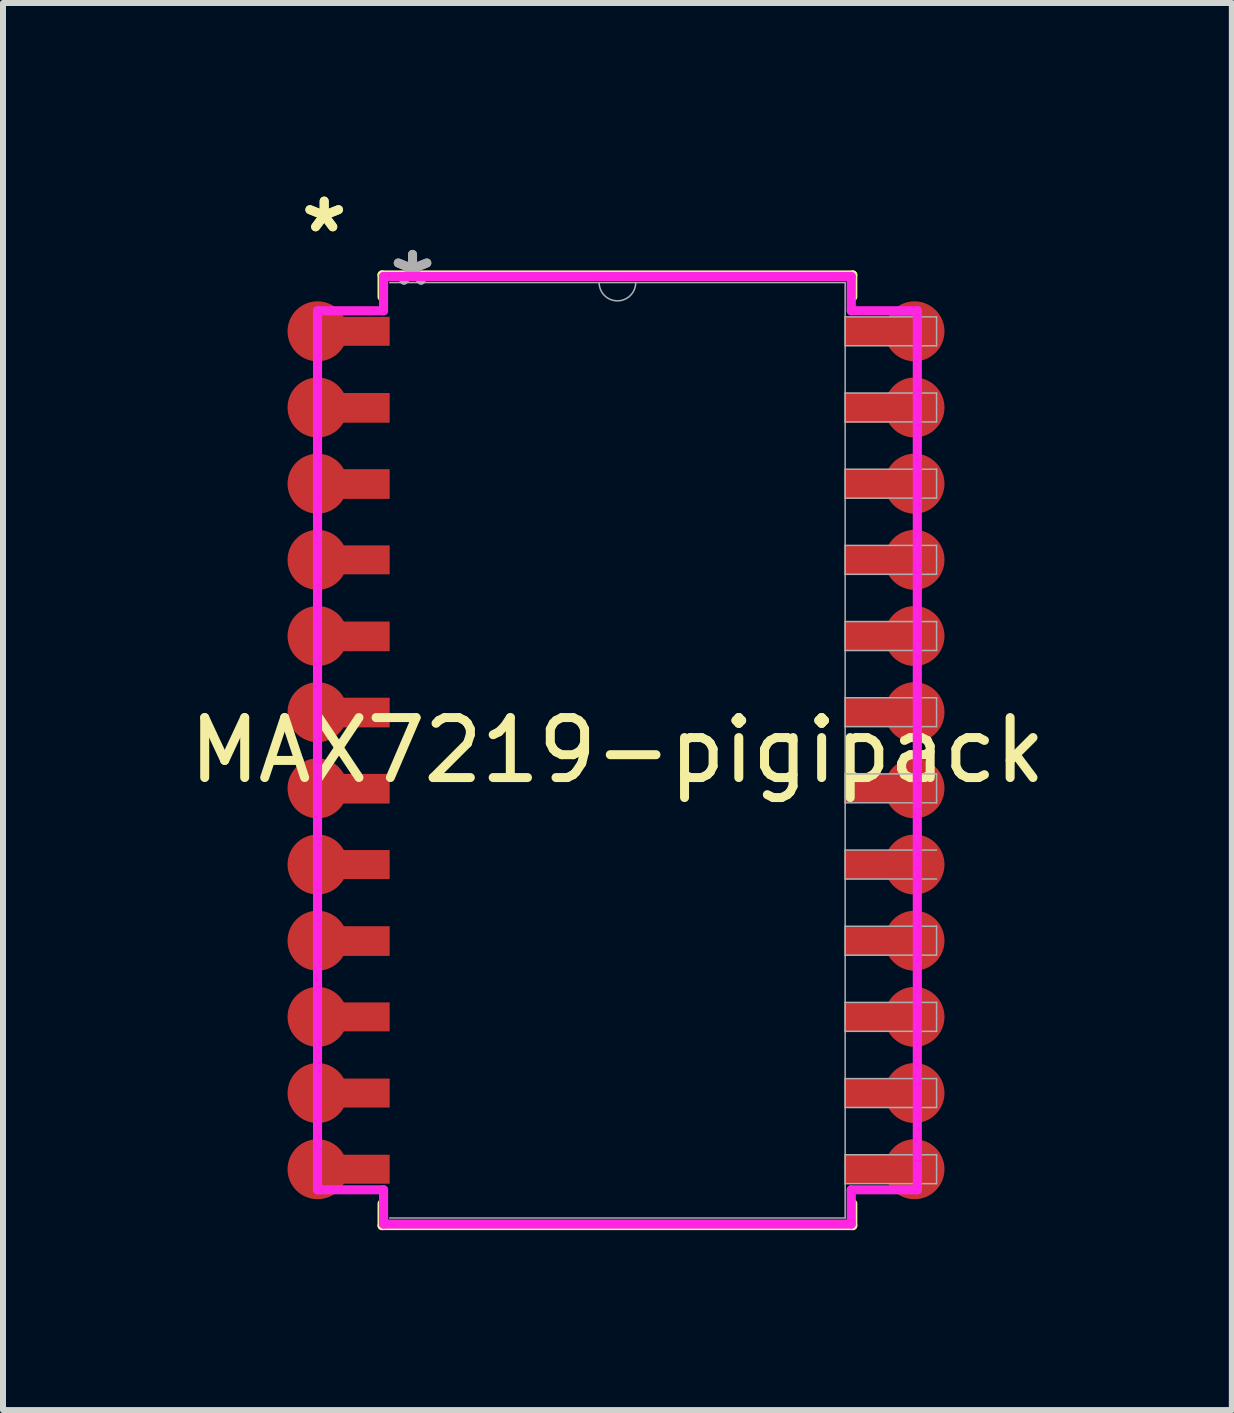
<source format=kicad_pcb>
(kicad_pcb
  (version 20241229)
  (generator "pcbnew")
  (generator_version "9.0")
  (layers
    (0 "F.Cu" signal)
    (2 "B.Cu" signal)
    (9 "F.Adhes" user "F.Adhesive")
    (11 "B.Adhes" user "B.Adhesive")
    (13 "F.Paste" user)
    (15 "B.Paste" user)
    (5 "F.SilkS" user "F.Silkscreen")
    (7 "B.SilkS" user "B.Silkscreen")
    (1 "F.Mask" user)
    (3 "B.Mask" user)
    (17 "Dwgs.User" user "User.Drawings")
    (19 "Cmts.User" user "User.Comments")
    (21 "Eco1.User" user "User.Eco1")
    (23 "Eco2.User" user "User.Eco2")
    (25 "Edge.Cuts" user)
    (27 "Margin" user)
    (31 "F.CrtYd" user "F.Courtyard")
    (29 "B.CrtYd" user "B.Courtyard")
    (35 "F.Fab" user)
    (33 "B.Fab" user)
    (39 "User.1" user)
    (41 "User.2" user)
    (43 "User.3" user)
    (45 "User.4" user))
  (footprint "MAX7219-pigipack"
    (layer "F.Cu")
    (at 7.244 9.459)
    (property "Reference" "MAX7219-pigipack" (at 0 0 0) (unlocked yes) (layer "F.SilkS") (effects (font (size 1 1) (thickness 0.15))))
    (attr smd)
    (fp_line (start -3.924 -7.925) (end -3.924 -7.559) (stroke (width 0.152) (type solid)) (layer "F.SilkS"))
    (fp_line (start -3.924 7.559) (end -3.924 7.925) (stroke (width 0.152) (type solid)) (layer "F.SilkS"))
    (fp_line (start -3.924 7.925) (end 3.924 7.925) (stroke (width 0.152) (type solid)) (layer "F.SilkS"))
    (fp_line (start 3.924 -7.925) (end -3.924 -7.925) (stroke (width 0.152) (type solid)) (layer "F.SilkS"))
    (fp_line (start 3.924 -7.559) (end 3.924 -7.925) (stroke (width 0.152) (type solid)) (layer "F.SilkS"))
    (fp_line (start 3.924 7.925) (end 3.924 7.559) (stroke (width 0.152) (type solid)) (layer "F.SilkS"))
    (fp_line (start -5 -7.328) (end -3.899 -7.328) (stroke (width 0.152) (type solid)) (layer "F.CrtYd"))
    (fp_line (start -5 7.328) (end -5 -7.328) (stroke (width 0.152) (type solid)) (layer "F.CrtYd"))
    (fp_line (start -5 7.328) (end -3.899 7.328) (stroke (width 0.152) (type solid)) (layer "F.CrtYd"))
    (fp_line (start -3.899 -7.899) (end 3.899 -7.899) (stroke (width 0.152) (type solid)) (layer "F.CrtYd"))
    (fp_line (start -3.899 -7.328) (end -3.899 -7.899) (stroke (width 0.152) (type solid)) (layer "F.CrtYd"))
    (fp_line (start -3.899 7.899) (end -3.899 7.328) (stroke (width 0.152) (type solid)) (layer "F.CrtYd"))
    (fp_line (start 3.899 -7.899) (end 3.899 -7.328) (stroke (width 0.152) (type solid)) (layer "F.CrtYd"))
    (fp_line (start 3.899 7.328) (end 3.899 7.899) (stroke (width 0.152) (type solid)) (layer "F.CrtYd"))
    (fp_line (start 3.899 7.899) (end -3.899 7.899) (stroke (width 0.152) (type solid)) (layer "F.CrtYd"))
    (fp_line (start 5 -7.328) (end 3.899 -7.328) (stroke (width 0.152) (type solid)) (layer "F.CrtYd"))
    (fp_line (start 5 -7.328) (end 5 7.328) (stroke (width 0.152) (type solid)) (layer "F.CrtYd"))
    (fp_line (start 5 7.328) (end 3.899 7.328) (stroke (width 0.152) (type solid)) (layer "F.CrtYd"))
    (fp_line (start -3.797 7.798) (end 3.797 7.798) (stroke (width 0.025) (type solid)) (layer "F.Fab"))
    (fp_line (start 3.797 -7.798) (end -3.797 -7.798) (stroke (width 0.025) (type solid)) (layer "F.Fab"))
    (fp_line (start 3.797 -7.226) (end 3.797 -6.744) (stroke (width 0.025) (type solid)) (layer "F.Fab"))
    (fp_line (start 3.797 -6.744) (end 5.321 -6.744) (stroke (width 0.025) (type solid)) (layer "F.Fab"))
    (fp_line (start 3.797 -5.956) (end 3.797 -5.474) (stroke (width 0.025) (type solid)) (layer "F.Fab"))
    (fp_line (start 3.797 -5.474) (end 5.321 -5.474) (stroke (width 0.025) (type solid)) (layer "F.Fab"))
    (fp_line (start 3.797 -4.686) (end 3.797 -4.204) (stroke (width 0.025) (type solid)) (layer "F.Fab"))
    (fp_line (start 3.797 -4.204) (end 5.321 -4.204) (stroke (width 0.025) (type solid)) (layer "F.Fab"))
    (fp_line (start 3.797 -3.416) (end 3.797 -2.934) (stroke (width 0.025) (type solid)) (layer "F.Fab"))
    (fp_line (start 3.797 -2.934) (end 5.321 -2.934) (stroke (width 0.025) (type solid)) (layer "F.Fab"))
    (fp_line (start 3.797 -2.146) (end 3.797 -1.664) (stroke (width 0.025) (type solid)) (layer "F.Fab"))
    (fp_line (start 3.797 -1.664) (end 5.321 -1.664) (stroke (width 0.025) (type solid)) (layer "F.Fab"))
    (fp_line (start 3.797 -0.876) (end 3.797 -0.394) (stroke (width 0.025) (type solid)) (layer "F.Fab"))
    (fp_line (start 3.797 -0.394) (end 5.321 -0.394) (stroke (width 0.025) (type solid)) (layer "F.Fab"))
    (fp_line (start 3.797 0.394) (end 3.797 0.876) (stroke (width 0.025) (type solid)) (layer "F.Fab"))
    (fp_line (start 3.797 0.876) (end 5.321 0.876) (stroke (width 0.025) (type solid)) (layer "F.Fab"))
    (fp_line (start 3.797 1.664) (end 3.797 2.146) (stroke (width 0.025) (type solid)) (layer "F.Fab"))
    (fp_line (start 3.797 2.146) (end 5.321 2.146) (stroke (width 0.025) (type solid)) (layer "F.Fab"))
    (fp_line (start 3.797 2.934) (end 3.797 3.416) (stroke (width 0.025) (type solid)) (layer "F.Fab"))
    (fp_line (start 3.797 3.416) (end 5.321 3.416) (stroke (width 0.025) (type solid)) (layer "F.Fab"))
    (fp_line (start 3.797 4.204) (end 3.797 4.686) (stroke (width 0.025) (type solid)) (layer "F.Fab"))
    (fp_line (start 3.797 4.686) (end 5.321 4.686) (stroke (width 0.025) (type solid)) (layer "F.Fab"))
    (fp_line (start 3.797 5.474) (end 3.797 5.956) (stroke (width 0.025) (type solid)) (layer "F.Fab"))
    (fp_line (start 3.797 5.956) (end 5.321 5.956) (stroke (width 0.025) (type solid)) (layer "F.Fab"))
    (fp_line (start 3.797 6.744) (end 3.797 7.226) (stroke (width 0.025) (type solid)) (layer "F.Fab"))
    (fp_line (start 3.797 7.226) (end 5.321 7.226) (stroke (width 0.025) (type solid)) (layer "F.Fab"))
    (fp_line (start 3.797 7.798) (end 3.797 -7.798) (stroke (width 0.025) (type solid)) (layer "F.Fab"))
    (fp_line (start 5.321 -7.226) (end 3.797 -7.226) (stroke (width 0.025) (type solid)) (layer "F.Fab"))
    (fp_line (start 5.321 -6.744) (end 5.321 -7.226) (stroke (width 0.025) (type solid)) (layer "F.Fab"))
    (fp_line (start 5.321 -5.956) (end 3.797 -5.956) (stroke (width 0.025) (type solid)) (layer "F.Fab"))
    (fp_line (start 5.321 -5.474) (end 5.321 -5.956) (stroke (width 0.025) (type solid)) (layer "F.Fab"))
    (fp_line (start 5.321 -4.686) (end 3.797 -4.686) (stroke (width 0.025) (type solid)) (layer "F.Fab"))
    (fp_line (start 5.321 -4.204) (end 5.321 -4.686) (stroke (width 0.025) (type solid)) (layer "F.Fab"))
    (fp_line (start 5.321 -3.416) (end 3.797 -3.416) (stroke (width 0.025) (type solid)) (layer "F.Fab"))
    (fp_line (start 5.321 -2.934) (end 5.321 -3.416) (stroke (width 0.025) (type solid)) (layer "F.Fab"))
    (fp_line (start 5.321 -2.146) (end 3.797 -2.146) (stroke (width 0.025) (type solid)) (layer "F.Fab"))
    (fp_line (start 5.321 -1.664) (end 5.321 -2.146) (stroke (width 0.025) (type solid)) (layer "F.Fab"))
    (fp_line (start 5.321 -0.876) (end 3.797 -0.876) (stroke (width 0.025) (type solid)) (layer "F.Fab"))
    (fp_line (start 5.321 -0.394) (end 5.321 -0.876) (stroke (width 0.025) (type solid)) (layer "F.Fab"))
    (fp_line (start 5.321 0.394) (end 3.797 0.394) (stroke (width 0.025) (type solid)) (layer "F.Fab"))
    (fp_line (start 5.321 0.876) (end 5.321 0.394) (stroke (width 0.025) (type solid)) (layer "F.Fab"))
    (fp_line (start 5.321 1.664) (end 3.797 1.664) (stroke (width 0.025) (type solid)) (layer "F.Fab"))
    (fp_line (start 5.321 2.934) (end 3.797 2.934) (stroke (width 0.025) (type solid)) (layer "F.Fab"))
    (fp_line (start 5.321 3.416) (end 5.321 2.934) (stroke (width 0.025) (type solid)) (layer "F.Fab"))
    (fp_line (start 5.321 4.204) (end 3.797 4.204) (stroke (width 0.025) (type solid)) (layer "F.Fab"))
    (fp_line (start 5.321 4.686) (end 5.321 4.204) (stroke (width 0.025) (type solid)) (layer "F.Fab"))
    (fp_line (start 5.321 5.474) (end 3.797 5.474) (stroke (width 0.025) (type solid)) (layer "F.Fab"))
    (fp_line (start 5.321 5.956) (end 5.321 5.474) (stroke (width 0.025) (type solid)) (layer "F.Fab"))
    (fp_line (start 5.321 6.744) (end 3.797 6.744) (stroke (width 0.025) (type solid)) (layer "F.Fab"))
    (fp_line (start 5.321 7.226) (end 5.321 6.744) (stroke (width 0.025) (type solid)) (layer "F.Fab"))
    (fp_arc (start 0.3048 -7.7978) (mid 0 -7.493) (end -0.3048 -7.7978) (stroke (width 0.0254) (type solid)) (layer "F.Fab"))
    (fp_text user "*" (at -4.889 -8.611 0) (unlocked yes) (layer "F.SilkS") (effects (font (size 1 1) (thickness 0.15))))
    (fp_text user "*" (at -4.889 -8.611 0) (layer "F.SilkS") (effects (font (size 1 1) (thickness 0.15))))
    (fp_text user "*" (at -3.416 -7.722 0) (layer "F.Fab") (effects (font (size 1 1) (thickness 0.15))))
    (fp_text user "*" (at -3.416 -7.722 0) (unlocked yes) (layer "F.Fab") (effects (font (size 1 1) (thickness 0.15))))
    (pad "1" connect circle (at -5 -6.985) (size 1 1) (layers "F.Cu" "F.Mask"))
    (pad "1" smd rect (at -4.375 -6.985) (size 1.156 0.483) (layers "F.Cu" "F.Mask" "F.Paste"))
    (pad "2" connect circle (at -5 -5.715) (size 1 1) (layers "F.Cu" "F.Mask"))
    (pad "2" smd rect (at -4.375 -5.709) (size 1.156 0.495) (layers "F.Cu" "F.Mask" "F.Paste"))
    (pad "3" connect circle (at -5 -4.445) (size 1 1) (layers "F.Cu" "F.Mask"))
    (pad "3" smd rect (at -4.375 -4.439) (size 1.156 0.495) (layers "F.Cu" "F.Mask" "F.Paste"))
    (pad "4" connect circle (at -5 -3.175) (size 1 1) (layers "F.Cu" "F.Mask"))
    (pad "4" smd rect (at -4.375 -3.175) (size 1.156 0.483) (layers "F.Cu" "F.Mask" "F.Paste"))
    (pad "5" connect circle (at -5 -1.905) (size 1 1) (layers "F.Cu" "F.Mask"))
    (pad "5" smd rect (at -4.375 -1.899) (size 1.156 0.495) (layers "F.Cu" "F.Mask" "F.Paste"))
    (pad "6" connect circle (at -5 -0.635) (size 1 1) (layers "F.Cu" "F.Mask"))
    (pad "6" smd rect (at -4.375 -0.629) (size 1.156 0.495) (layers "F.Cu" "F.Mask" "F.Paste"))
    (pad "7" connect circle (at -5 0.635) (size 1 1) (layers "F.Cu" "F.Mask"))
    (pad "7" smd rect (at -4.375 0.641) (size 1.156 0.495) (layers "F.Cu" "F.Mask" "F.Paste"))
    (pad "8" connect circle (at -5 1.905) (size 1 1) (layers "F.Cu" "F.Mask"))
    (pad "8" smd rect (at -4.375 1.905) (size 1.156 0.483) (layers "F.Cu" "F.Mask" "F.Paste"))
    (pad "9" connect circle (at -5 3.175) (size 1 1) (layers "F.Cu" "F.Mask"))
    (pad "9" smd rect (at -4.375 3.181) (size 1.156 0.495) (layers "F.Cu" "F.Mask" "F.Paste"))
    (pad "10" connect circle (at -5 4.445) (size 1 1) (layers "F.Cu" "F.Mask"))
    (pad "10" smd rect (at -4.375 4.445) (size 1.156 0.483) (layers "F.Cu" "F.Mask" "F.Paste"))
    (pad "11" connect circle (at -5 5.715) (size 1 1) (layers "F.Cu" "F.Mask"))
    (pad "11" smd rect (at -4.375 5.715) (size 1.156 0.483) (layers "F.Cu" "F.Mask" "F.Paste"))
    (pad "12" connect circle (at -5 6.985) (size 1 1) (layers "F.Cu" "F.Mask"))
    (pad "12" smd rect (at -4.375 6.985) (size 1.156 0.483) (layers "F.Cu" "F.Mask" "F.Paste"))
    (pad "13" smd rect (at 4.375 6.985) (size 1.156 0.483) (layers "F.Cu" "F.Mask" "F.Paste"))
    (pad "13" connect circle (at 4.953 6.985) (size 1 1) (layers "F.Cu" "F.Mask"))
    (pad "14" smd rect (at 4.375 5.715) (size 1.156 0.483) (layers "F.Cu" "F.Mask" "F.Paste"))
    (pad "14" connect circle (at 4.953 5.715) (size 1 1) (layers "F.Cu" "F.Mask"))
    (pad "15" smd rect (at 4.375 4.445) (size 1.156 0.483) (layers "F.Cu" "F.Mask" "F.Paste"))
    (pad "15" connect circle (at 4.953 4.445) (size 1 1) (layers "F.Cu" "F.Mask"))
    (pad "16" smd rect (at 4.375 3.181) (size 1.156 0.495) (layers "F.Cu" "F.Mask" "F.Paste"))
    (pad "16" connect circle (at 4.953 3.175) (size 1 1) (layers "F.Cu" "F.Mask"))
    (pad "17" smd rect (at 4.375 1.911) (size 1.156 0.495) (layers "F.Cu" "F.Mask" "F.Paste"))
    (pad "17" connect circle (at 4.953 1.905) (size 1 1) (layers "F.Cu" "F.Mask"))
    (pad "18" smd rect (at 4.375 0.635) (size 1.156 0.483) (layers "F.Cu" "F.Mask" "F.Paste"))
    (pad "18" connect circle (at 4.953 0.635) (size 1 1) (layers "F.Cu" "F.Mask"))
    (pad "19" smd rect (at 4.375 -0.635) (size 1.156 0.483) (layers "F.Cu" "F.Mask" "F.Paste"))
    (pad "19" connect circle (at 4.953 -0.635) (size 1 1) (layers "F.Cu" "F.Mask"))
    (pad "20" smd rect (at 4.375 -1.899) (size 1.156 0.495) (layers "F.Cu" "F.Mask" "F.Paste"))
    (pad "20" connect circle (at 4.953 -1.905) (size 1 1) (layers "F.Cu" "F.Mask"))
    (pad "21" smd rect (at 4.375 -3.175) (size 1.156 0.483) (layers "F.Cu" "F.Mask" "F.Paste"))
    (pad "21" connect circle (at 4.953 -3.175) (size 1 1) (layers "F.Cu" "F.Mask"))
    (pad "22" smd rect (at 4.375 -4.439) (size 1.156 0.495) (layers "F.Cu" "F.Mask" "F.Paste"))
    (pad "22" connect circle (at 4.953 -4.445) (size 1 1) (layers "F.Cu" "F.Mask"))
    (pad "23" smd rect (at 4.375 -5.709) (size 1.156 0.495) (layers "F.Cu" "F.Mask" "F.Paste"))
    (pad "23" connect circle (at 4.953 -5.715) (size 1 1) (layers "F.Cu" "F.Mask"))
    (pad "24" smd rect (at 4.375 -6.985) (size 1.156 0.483) (layers "F.Cu" "F.Mask" "F.Paste"))
    (pad "24" connect circle (at 4.953 -6.985) (size 1 1) (layers "F.Cu" "F.Mask")))
  (gr_rect
    (start -3 -3)
    (end 17.488 20.46)
    (stroke (width 0.1) (type default))
    (fill no)
    (layer "Edge.Cuts")))
</source>
